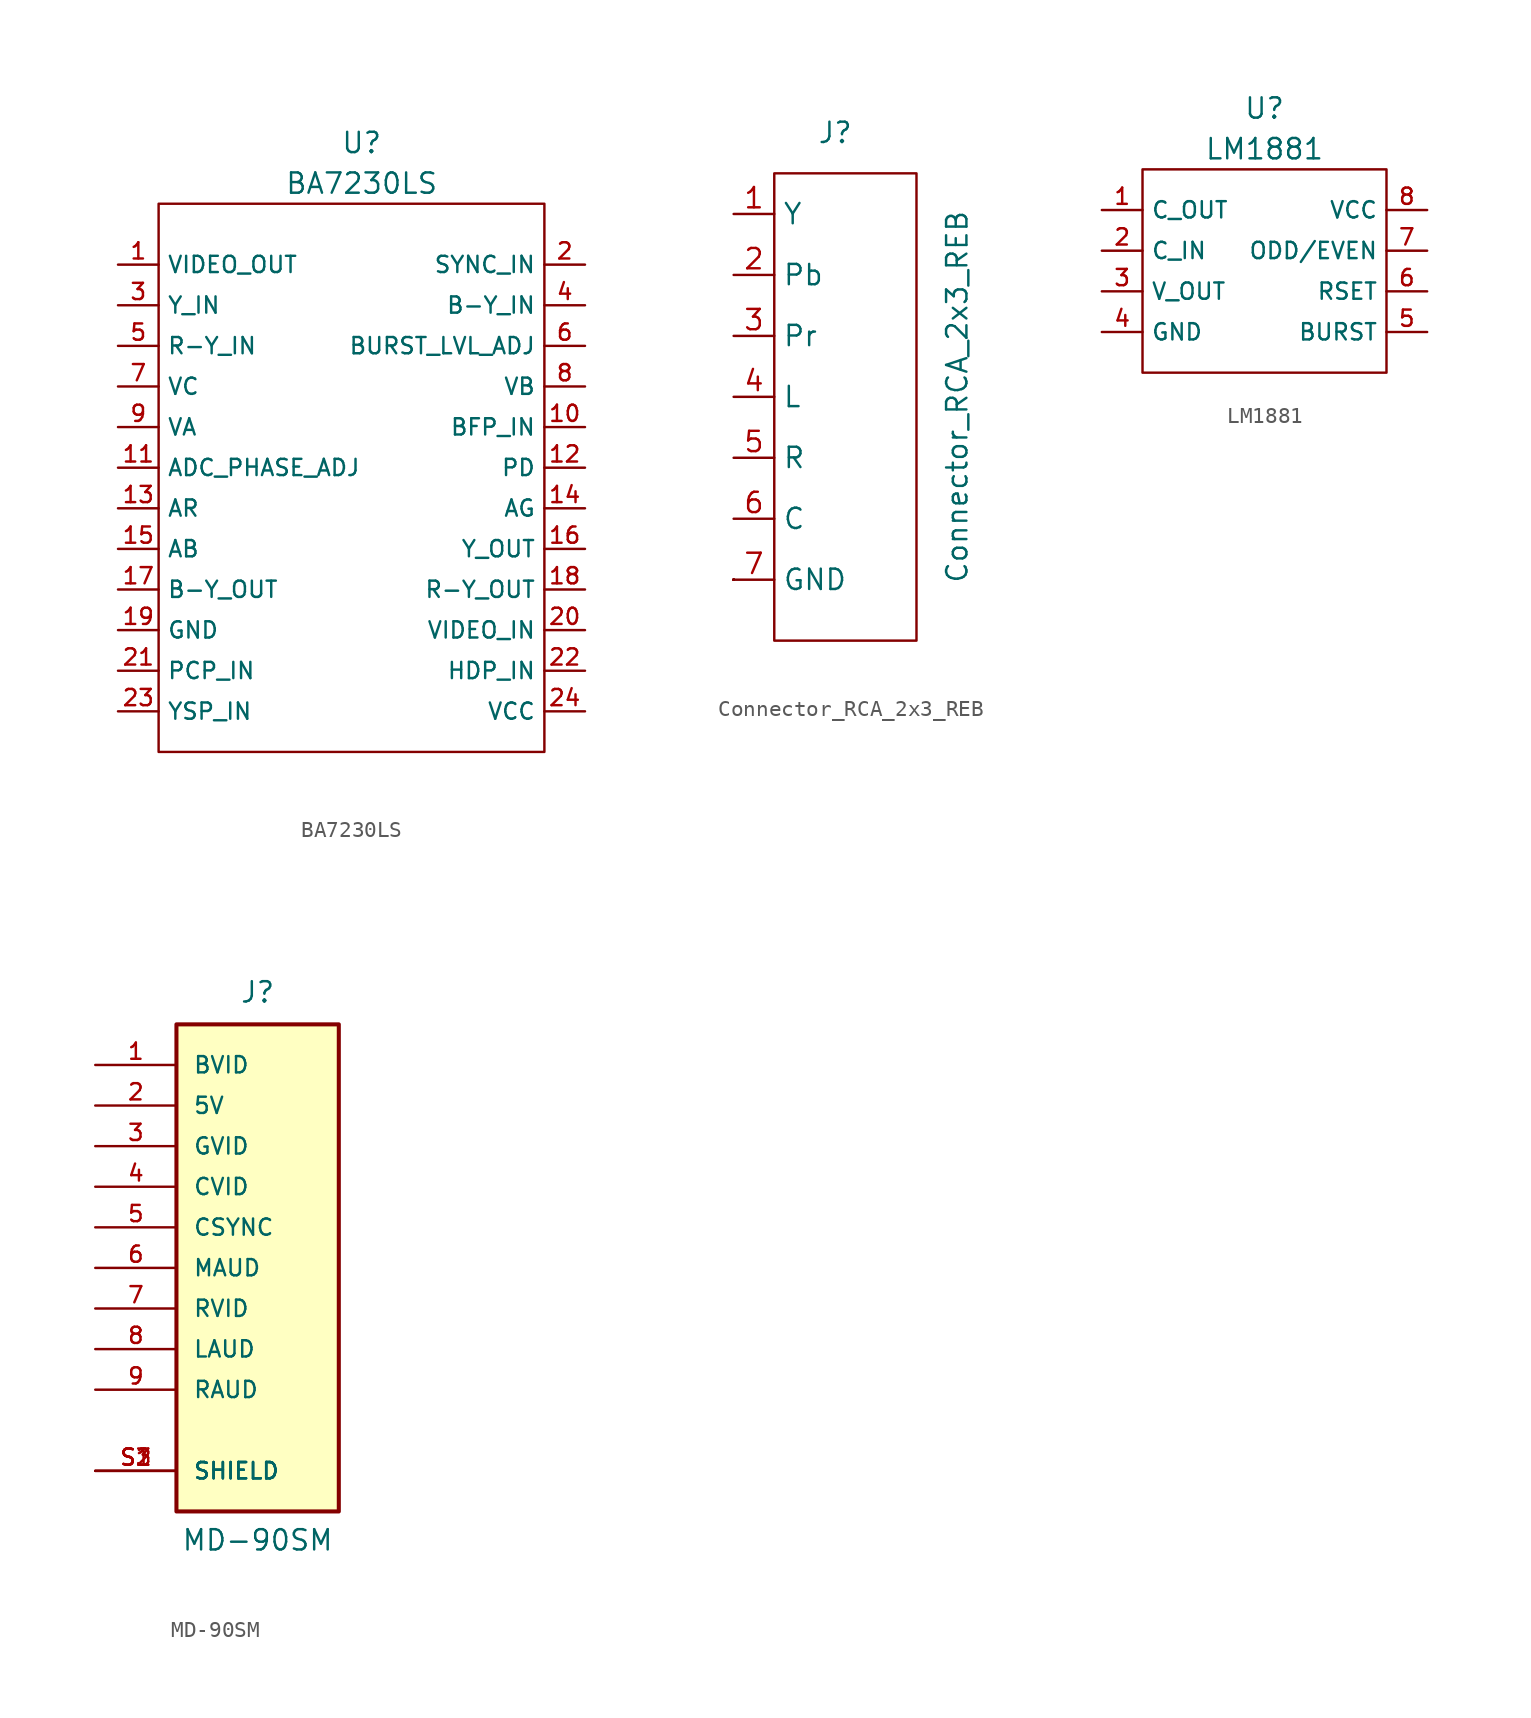
<source format=kicad_sym>
(kicad_symbol_lib
  (version 20220914)
  (generator kicad_symbol_editor)
  (symbol "BA7230LS"
    (property "Reference" "U"
      (at 15.24 3.81 0)
      (effects (font (size 1.27 1.27))))
    (property "Value" "BA7230LS"
      (at 15.24 1.27 0)
      (effects (font (size 1.27 1.27))))
    (symbol "BA7230LS_0_0"
      (pin passive line (at 0 -3.81 0) (length 2.54) (name "VIDEO_OUT" (effects (font (size 1.016 1.016)))) (number "1" (effects (font (size 1.016 1.016)))))
      (pin passive line (at 29.21 -13.97 180) (length 2.54) (name "BFP_IN" (effects (font (size 1.016 1.016)))) (number "10" (effects (font (size 1.016 1.016)))))
      (pin passive line (at 0 -16.51 0) (length 2.54) (name "ADC_PHASE_ADJ" (effects (font (size 1.016 1.016)))) (number "11" (effects (font (size 1.016 1.016)))))
      (pin passive line (at 29.21 -16.51 180) (length 2.54) (name "PD" (effects (font (size 1.016 1.016)))) (number "12" (effects (font (size 1.016 1.016)))))
      (pin passive line (at 0 -19.05 0) (length 2.54) (name "AR" (effects (font (size 1.016 1.016)))) (number "13" (effects (font (size 1.016 1.016)))))
      (pin passive line (at 29.21 -19.05 180) (length 2.54) (name "AG" (effects (font (size 1.016 1.016)))) (number "14" (effects (font (size 1.016 1.016)))))
      (pin passive line (at 0 -21.59 0) (length 2.54) (name "AB" (effects (font (size 1.016 1.016)))) (number "15" (effects (font (size 1.016 1.016)))))
      (pin passive line (at 29.21 -21.59 180) (length 2.54) (name "Y_OUT" (effects (font (size 1.016 1.016)))) (number "16" (effects (font (size 1.016 1.016)))))
      (pin passive line (at 0 -24.13 0) (length 2.54) (name "B-Y_OUT" (effects (font (size 1.016 1.016)))) (number "17" (effects (font (size 1.016 1.016)))))
      (pin passive line (at 29.21 -24.13 180) (length 2.54) (name "R-Y_OUT" (effects (font (size 1.016 1.016)))) (number "18" (effects (font (size 1.016 1.016)))))
      (pin passive line (at 0 -26.67 0) (length 2.54) (name "GND" (effects (font (size 1.016 1.016)))) (number "19" (effects (font (size 1.016 1.016)))))
      (pin passive line (at 29.21 -3.81 180) (length 2.54) (name "SYNC_IN" (effects (font (size 1.016 1.016)))) (number "2" (effects (font (size 1.016 1.016)))))
      (pin passive line (at 29.21 -26.67 180) (length 2.54) (name "VIDEO_IN" (effects (font (size 1.016 1.016)))) (number "20" (effects (font (size 1.016 1.016)))))
      (pin passive line (at 0 -29.21 0) (length 2.54) (name "PCP_IN" (effects (font (size 1.016 1.016)))) (number "21" (effects (font (size 1.016 1.016)))))
      (pin passive line (at 29.21 -29.21 180) (length 2.54) (name "HDP_IN" (effects (font (size 1.016 1.016)))) (number "22" (effects (font (size 1.016 1.016)))))
      (pin passive line (at 0 -31.75 0) (length 2.54) (name "YSP_IN" (effects (font (size 1.016 1.016)))) (number "23" (effects (font (size 1.016 1.016)))))
      (pin passive line (at 29.21 -31.75 180) (length 2.54) (name "VCC" (effects (font (size 1.016 1.016)))) (number "24" (effects (font (size 1.016 1.016)))))
      (pin passive line (at 0 -6.35 0) (length 2.54) (name "Y_IN" (effects (font (size 1.016 1.016)))) (number "3" (effects (font (size 1.016 1.016)))))
      (pin passive line (at 29.21 -6.35 180) (length 2.54) (name "B-Y_IN" (effects (font (size 1.016 1.016)))) (number "4" (effects (font (size 1.016 1.016)))))
      (pin passive line (at 0 -8.89 0) (length 2.54) (name "R-Y_IN" (effects (font (size 1.016 1.016)))) (number "5" (effects (font (size 1.016 1.016)))))
      (pin passive line (at 29.21 -8.89 180) (length 2.54) (name "BURST_LVL_ADJ" (effects (font (size 1.016 1.016)))) (number "6" (effects (font (size 1.016 1.016)))))
      (pin passive line (at 0 -11.43 0) (length 2.54) (name "VC" (effects (font (size 1.016 1.016)))) (number "7" (effects (font (size 1.016 1.016)))))
      (pin passive line (at 29.21 -11.43 180) (length 2.54) (name "VB" (effects (font (size 1.016 1.016)))) (number "8" (effects (font (size 1.016 1.016)))))
      (pin passive line (at 0 -13.97 0) (length 2.54) (name "VA" (effects (font (size 1.016 1.016)))) (number "9" (effects (font (size 1.016 1.016))))))
    (symbol "BA7230LS_0_1"
      (rectangle (start 2.54 0) (end 26.67 -34.29) (stroke (width 0) (type default)) (fill (type none)))))
  (symbol "Connector_RCA_2x3_REB"
    (property "Reference" "J"
      (at 11.43 2.54 0)
      (effects (font (size 1.27 1.27))))
    (property "Value" "Connector_RCA_2x3_REB"
      (at 19.05 -13.97 90)
      (effects (font (size 1.27 1.27))))
    (symbol "Connector_RCA_2x3_REB_0_1"
      (rectangle (start 5.08 -25.4) (end 5.08 -25.4) (stroke (width 0) (type default)) (fill (type none)))
      (rectangle (start 5.08 -25.4) (end 5.08 -25.4) (stroke (width 0) (type default)) (fill (type none)))
      (rectangle (start 5.08 -25.4) (end 5.08 -25.4) (stroke (width 0) (type default)) (fill (type none)))
      (rectangle (start 5.08 -25.4) (end 5.08 -25.4) (stroke (width 0) (type default)) (fill (type none)))
      (rectangle (start 5.08 -25.4) (end 5.08 -25.4) (stroke (width 0) (type default)) (fill (type none)))
      (rectangle (start 5.08 -25.4) (end 5.08 -25.4) (stroke (width 0) (type default)) (fill (type none)))
      (rectangle (start 5.08 -25.4) (end 5.08 -25.4) (stroke (width 0) (type default)) (fill (type none)))
      (rectangle (start 5.08 -25.4) (end 5.08 -25.4) (stroke (width 0) (type default)) (fill (type none)))
      (rectangle (start 5.08 -25.4) (end 5.08 -25.4) (stroke (width 0) (type default)) (fill (type none)))
      (rectangle (start 5.08 -25.4) (end 5.08 -25.4) (stroke (width 0) (type default)) (fill (type none)))
      (rectangle (start 5.08 -25.4) (end 5.08 -25.4) (stroke (width 0) (type default)) (fill (type none)))
      (rectangle (start 7.62 0) (end 16.51 -29.21) (stroke (width 0) (type default)) (fill (type none))))
    (symbol "Connector_RCA_2x3_REB_1_1"
      (pin bidirectional line (at 5.08 -2.54 0) (length 2.54) (name "Y" (effects (font (size 1.27 1.27)))) (number "1" (effects (font (size 1.27 1.27)))))
      (pin bidirectional line (at 5.08 -6.35 0) (length 2.54) (name "Pb" (effects (font (size 1.27 1.27)))) (number "2" (effects (font (size 1.27 1.27)))))
      (pin bidirectional line (at 5.08 -10.16 0) (length 2.54) (name "Pr" (effects (font (size 1.27 1.27)))) (number "3" (effects (font (size 1.27 1.27)))))
      (pin bidirectional line (at 5.08 -13.97 0) (length 2.54) (name "L" (effects (font (size 1.27 1.27)))) (number "4" (effects (font (size 1.27 1.27)))))
      (pin bidirectional line (at 5.08 -17.78 0) (length 2.54) (name "R" (effects (font (size 1.27 1.27)))) (number "5" (effects (font (size 1.27 1.27)))))
      (pin bidirectional line (at 5.08 -21.59 0) (length 2.54) (name "C" (effects (font (size 1.27 1.27)))) (number "6" (effects (font (size 1.27 1.27)))))
      (pin bidirectional line (at 5.08 -25.4 0) (length 2.54) (name "GND" (effects (font (size 1.27 1.27)))) (number "7" (effects (font (size 1.27 1.27)))))
      (pin passive line (at 5.08 -25.4 0) (length 2.54) hide (name "GND" (effects (font (size 1.27 1.27)))) (number "8" (effects (font (size 1.27 1.27)))))
      (pin passive line (at 5.08 -25.4 0) (length 2.54) hide (name "GND" (effects (font (size 1.27 1.27)))) (number "9" (effects (font (size 1.27 1.27)))))))
  (symbol "LM1881"
    (property "Reference" "U"
      (at 10.16 3.81 0)
      (effects (font (size 1.27 1.27))))
    (property "Value" "LM1881"
      (at 10.16 1.27 0)
      (effects (font (size 1.27 1.27))))
    (symbol "LM1881_0_0"
      (pin passive line (at 0 -2.54 0) (length 2.54) (name "C_OUT" (effects (font (size 1.016 1.016)))) (number "1" (effects (font (size 1.016 1.016)))))
      (pin passive line (at 0 -5.08 0) (length 2.54) (name "C_IN" (effects (font (size 1.016 1.016)))) (number "2" (effects (font (size 1.016 1.016)))))
      (pin passive line (at 0 -7.62 0) (length 2.54) (name "V_OUT" (effects (font (size 1.016 1.016)))) (number "3" (effects (font (size 1.016 1.016)))))
      (pin passive line (at 0 -10.16 0) (length 2.54) (name "GND" (effects (font (size 1.016 1.016)))) (number "4" (effects (font (size 1.016 1.016)))))
      (pin passive line (at 20.32 -10.16 180) (length 2.54) (name "BURST" (effects (font (size 1.016 1.016)))) (number "5" (effects (font (size 1.016 1.016)))))
      (pin passive line (at 20.32 -7.62 180) (length 2.54) (name "RSET" (effects (font (size 1.016 1.016)))) (number "6" (effects (font (size 1.016 1.016)))))
      (pin passive line (at 20.32 -5.08 180) (length 2.54) (name "ODD/EVEN" (effects (font (size 1.016 1.016)))) (number "7" (effects (font (size 1.016 1.016)))))
      (pin passive line (at 20.32 -2.54 180) (length 2.54) (name "VCC" (effects (font (size 1.016 1.016)))) (number "8" (effects (font (size 1.016 1.016))))))
    (symbol "LM1881_0_1"
      (rectangle (start 2.54 0) (end 17.78 -12.7) (stroke (width 0) (type default)) (fill (type none)))))
  (symbol "MD-90SM"
    (pin_names
      (offset 1.016))
    (property "Reference" "J"
      (at 0 16.51 0)
      (effects (font (size 1.27 1.27)) (justify bottom)))
    (property "Value" "MD-90SM"
      (at 0 -17.78 0)
      (effects (font (size 1.27 1.27)) (justify bottom)))
    (symbol "MD-90SM_0_0"
      (rectangle (start -5.08 15.24) (end 5.08 -15.24) (stroke (width 0.254) (type default)) (fill (type background)))
      (pin passive line (at -10.16 12.7 0) (length 5.08) (name "BVID" (effects (font (size 1.016 1.016)))) (number "1" (effects (font (size 1.016 1.016)))))
      (pin passive line (at -10.16 10.16 0) (length 5.08) (name "5V" (effects (font (size 1.016 1.016)))) (number "2" (effects (font (size 1.016 1.016)))))
      (pin passive line (at -10.16 7.62 0) (length 5.08) (name "GVID" (effects (font (size 1.016 1.016)))) (number "3" (effects (font (size 1.016 1.016)))))
      (pin passive line (at -10.16 5.08 0) (length 5.08) (name "CVID" (effects (font (size 1.016 1.016)))) (number "4" (effects (font (size 1.016 1.016)))))
      (pin passive line (at -10.16 2.54 0) (length 5.08) (name "CSYNC" (effects (font (size 1.016 1.016)))) (number "5" (effects (font (size 1.016 1.016)))))
      (pin passive line (at -10.16 0 0) (length 5.08) (name "MAUD" (effects (font (size 1.016 1.016)))) (number "6" (effects (font (size 1.016 1.016)))))
      (pin passive line (at -10.16 -2.54 0) (length 5.08) (name "RVID" (effects (font (size 1.016 1.016)))) (number "7" (effects (font (size 1.016 1.016)))))
      (pin passive line (at -10.16 -5.08 0) (length 5.08) (name "LAUD" (effects (font (size 1.016 1.016)))) (number "8" (effects (font (size 1.016 1.016)))))
      (pin passive line (at -10.16 -7.62 0) (length 5.08) (name "RAUD" (effects (font (size 1.016 1.016)))) (number "9" (effects (font (size 1.016 1.016)))))
      (pin passive line (at -10.16 -12.7 0) (length 5.08) (name "SHIELD" (effects (font (size 1.016 1.016)))) (number "S1" (effects (font (size 1.016 1.016)))))
      (pin passive line (at -10.16 -12.7 0) (length 5.08) (name "SHIELD" (effects (font (size 1.016 1.016)))) (number "S2" (effects (font (size 1.016 1.016)))))
      (pin passive line (at -10.16 -12.7 0) (length 5.08) (name "SHIELD" (effects (font (size 1.016 1.016)))) (number "S3" (effects (font (size 1.016 1.016))))))))
</source>
